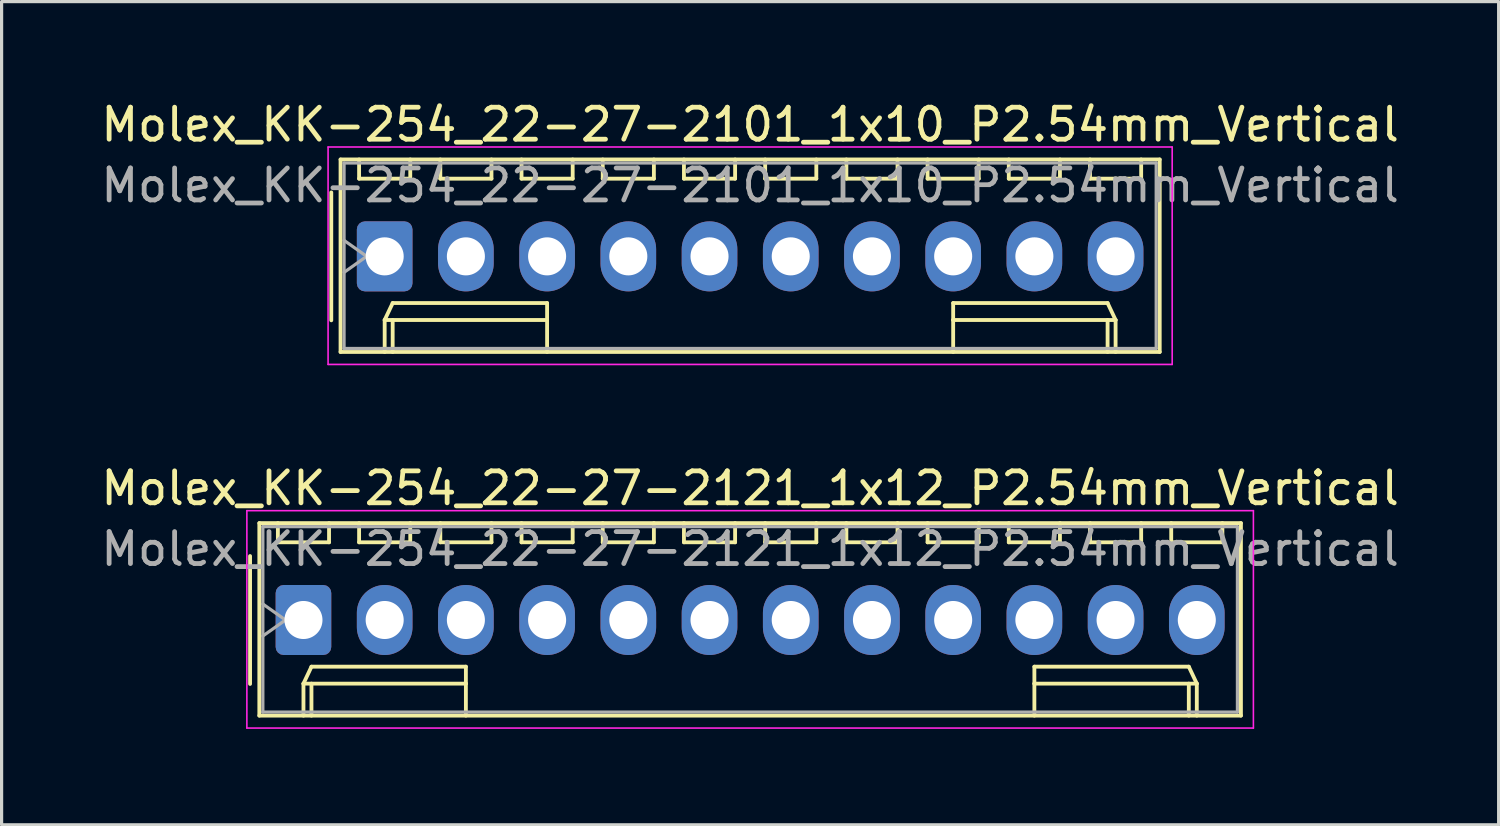
<source format=kicad_pcb>
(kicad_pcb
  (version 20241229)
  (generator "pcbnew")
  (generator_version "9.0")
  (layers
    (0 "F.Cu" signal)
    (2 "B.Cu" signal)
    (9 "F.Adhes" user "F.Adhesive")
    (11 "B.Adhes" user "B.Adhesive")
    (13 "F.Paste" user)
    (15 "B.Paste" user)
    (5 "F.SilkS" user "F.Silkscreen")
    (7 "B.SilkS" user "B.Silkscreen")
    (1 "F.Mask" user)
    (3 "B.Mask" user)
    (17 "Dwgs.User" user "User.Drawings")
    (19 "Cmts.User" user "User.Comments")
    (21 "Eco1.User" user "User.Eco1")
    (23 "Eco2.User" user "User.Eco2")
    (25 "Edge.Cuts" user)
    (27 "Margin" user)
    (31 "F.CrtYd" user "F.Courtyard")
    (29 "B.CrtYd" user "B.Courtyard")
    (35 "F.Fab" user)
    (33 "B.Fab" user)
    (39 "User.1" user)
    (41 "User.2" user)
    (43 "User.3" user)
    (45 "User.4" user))
  (footprint "Molex_KK-254_22-27-2101_1x10_P2.54mm_Vertical"
    (layer "F.Cu")
    (at 8.981 4.968)
    (property "Reference" "Molex_KK-254_22-27-2101_1x10_P2.54mm_Vertical" (at 11.43 -4.12 0) (layer "F.SilkS") (effects (font (size 1 1) (thickness 0.15))))
    (attr through_hole)
    (fp_line (start -1.67 -2) (end -1.67 2) (stroke (width 0.12) (type solid)) (layer "F.SilkS"))
    (fp_line (start -1.38 -3.03) (end -1.38 2.99) (stroke (width 0.12) (type solid)) (layer "F.SilkS"))
    (fp_line (start -1.38 2.99) (end 24.24 2.99) (stroke (width 0.12) (type solid)) (layer "F.SilkS"))
    (fp_line (start -0.8 -3.03) (end -0.8 -2.43) (stroke (width 0.12) (type solid)) (layer "F.SilkS"))
    (fp_line (start -0.8 -2.43) (end 0.8 -2.43) (stroke (width 0.12) (type solid)) (layer "F.SilkS"))
    (fp_line (start 0 1.99) (end 0.25 1.46) (stroke (width 0.12) (type solid)) (layer "F.SilkS"))
    (fp_line (start 0 1.99) (end 5.08 1.99) (stroke (width 0.12) (type solid)) (layer "F.SilkS"))
    (fp_line (start 0 2.99) (end 0 1.99) (stroke (width 0.12) (type solid)) (layer "F.SilkS"))
    (fp_line (start 0.25 1.46) (end 5.08 1.46) (stroke (width 0.12) (type solid)) (layer "F.SilkS"))
    (fp_line (start 0.25 2.99) (end 0.25 1.99) (stroke (width 0.12) (type solid)) (layer "F.SilkS"))
    (fp_line (start 0.8 -2.43) (end 0.8 -3.03) (stroke (width 0.12) (type solid)) (layer "F.SilkS"))
    (fp_line (start 1.74 -3.03) (end 1.74 -2.43) (stroke (width 0.12) (type solid)) (layer "F.SilkS"))
    (fp_line (start 1.74 -2.43) (end 3.34 -2.43) (stroke (width 0.12) (type solid)) (layer "F.SilkS"))
    (fp_line (start 3.34 -2.43) (end 3.34 -3.03) (stroke (width 0.12) (type solid)) (layer "F.SilkS"))
    (fp_line (start 4.28 -3.03) (end 4.28 -2.43) (stroke (width 0.12) (type solid)) (layer "F.SilkS"))
    (fp_line (start 4.28 -2.43) (end 5.88 -2.43) (stroke (width 0.12) (type solid)) (layer "F.SilkS"))
    (fp_line (start 5.08 1.46) (end 5.08 1.99) (stroke (width 0.12) (type solid)) (layer "F.SilkS"))
    (fp_line (start 5.08 1.99) (end 5.08 2.99) (stroke (width 0.12) (type solid)) (layer "F.SilkS"))
    (fp_line (start 5.88 -2.43) (end 5.88 -3.03) (stroke (width 0.12) (type solid)) (layer "F.SilkS"))
    (fp_line (start 6.82 -3.03) (end 6.82 -2.43) (stroke (width 0.12) (type solid)) (layer "F.SilkS"))
    (fp_line (start 6.82 -2.43) (end 8.42 -2.43) (stroke (width 0.12) (type solid)) (layer "F.SilkS"))
    (fp_line (start 8.42 -2.43) (end 8.42 -3.03) (stroke (width 0.12) (type solid)) (layer "F.SilkS"))
    (fp_line (start 9.36 -3.03) (end 9.36 -2.43) (stroke (width 0.12) (type solid)) (layer "F.SilkS"))
    (fp_line (start 9.36 -2.43) (end 10.96 -2.43) (stroke (width 0.12) (type solid)) (layer "F.SilkS"))
    (fp_line (start 10.96 -2.43) (end 10.96 -3.03) (stroke (width 0.12) (type solid)) (layer "F.SilkS"))
    (fp_line (start 11.9 -3.03) (end 11.9 -2.43) (stroke (width 0.12) (type solid)) (layer "F.SilkS"))
    (fp_line (start 11.9 -2.43) (end 13.5 -2.43) (stroke (width 0.12) (type solid)) (layer "F.SilkS"))
    (fp_line (start 13.5 -2.43) (end 13.5 -3.03) (stroke (width 0.12) (type solid)) (layer "F.SilkS"))
    (fp_line (start 14.44 -3.03) (end 14.44 -2.43) (stroke (width 0.12) (type solid)) (layer "F.SilkS"))
    (fp_line (start 14.44 -2.43) (end 16.04 -2.43) (stroke (width 0.12) (type solid)) (layer "F.SilkS"))
    (fp_line (start 16.04 -2.43) (end 16.04 -3.03) (stroke (width 0.12) (type solid)) (layer "F.SilkS"))
    (fp_line (start 16.98 -3.03) (end 16.98 -2.43) (stroke (width 0.12) (type solid)) (layer "F.SilkS"))
    (fp_line (start 16.98 -2.43) (end 18.58 -2.43) (stroke (width 0.12) (type solid)) (layer "F.SilkS"))
    (fp_line (start 17.78 1.46) (end 17.78 1.99) (stroke (width 0.12) (type solid)) (layer "F.SilkS"))
    (fp_line (start 17.78 1.99) (end 17.78 2.99) (stroke (width 0.12) (type solid)) (layer "F.SilkS"))
    (fp_line (start 18.58 -2.43) (end 18.58 -3.03) (stroke (width 0.12) (type solid)) (layer "F.SilkS"))
    (fp_line (start 19.52 -3.03) (end 19.52 -2.43) (stroke (width 0.12) (type solid)) (layer "F.SilkS"))
    (fp_line (start 19.52 -2.43) (end 21.12 -2.43) (stroke (width 0.12) (type solid)) (layer "F.SilkS"))
    (fp_line (start 21.12 -2.43) (end 21.12 -3.03) (stroke (width 0.12) (type solid)) (layer "F.SilkS"))
    (fp_line (start 22.06 -3.03) (end 22.06 -2.43) (stroke (width 0.12) (type solid)) (layer "F.SilkS"))
    (fp_line (start 22.06 -2.43) (end 23.66 -2.43) (stroke (width 0.12) (type solid)) (layer "F.SilkS"))
    (fp_line (start 22.61 1.46) (end 17.78 1.46) (stroke (width 0.12) (type solid)) (layer "F.SilkS"))
    (fp_line (start 22.61 2.99) (end 22.61 1.99) (stroke (width 0.12) (type solid)) (layer "F.SilkS"))
    (fp_line (start 22.86 1.99) (end 17.78 1.99) (stroke (width 0.12) (type solid)) (layer "F.SilkS"))
    (fp_line (start 22.86 1.99) (end 22.61 1.46) (stroke (width 0.12) (type solid)) (layer "F.SilkS"))
    (fp_line (start 22.86 2.99) (end 22.86 1.99) (stroke (width 0.12) (type solid)) (layer "F.SilkS"))
    (fp_line (start 23.66 -2.43) (end 23.66 -3.03) (stroke (width 0.12) (type solid)) (layer "F.SilkS"))
    (fp_line (start 24.24 -3.03) (end -1.38 -3.03) (stroke (width 0.12) (type solid)) (layer "F.SilkS"))
    (fp_line (start 24.24 2.99) (end 24.24 -3.03) (stroke (width 0.12) (type solid)) (layer "F.SilkS"))
    (fp_line (start -1.77 -3.42) (end -1.77 3.38) (stroke (width 0.05) (type solid)) (layer "F.CrtYd"))
    (fp_line (start -1.77 3.38) (end 24.63 3.38) (stroke (width 0.05) (type solid)) (layer "F.CrtYd"))
    (fp_line (start 24.63 -3.42) (end -1.77 -3.42) (stroke (width 0.05) (type solid)) (layer "F.CrtYd"))
    (fp_line (start 24.63 3.38) (end 24.63 -3.42) (stroke (width 0.05) (type solid)) (layer "F.CrtYd"))
    (fp_line (start -1.27 -2.92) (end -1.27 2.88) (stroke (width 0.1) (type solid)) (layer "F.Fab"))
    (fp_line (start -1.27 -0.5) (end -0.563 0) (stroke (width 0.1) (type solid)) (layer "F.Fab"))
    (fp_line (start -1.27 2.88) (end 24.13 2.88) (stroke (width 0.1) (type solid)) (layer "F.Fab"))
    (fp_line (start -0.563 0) (end -1.27 0.5) (stroke (width 0.1) (type solid)) (layer "F.Fab"))
    (fp_line (start 24.13 -2.92) (end -1.27 -2.92) (stroke (width 0.1) (type solid)) (layer "F.Fab"))
    (fp_line (start 24.13 2.88) (end 24.13 -2.92) (stroke (width 0.1) (type solid)) (layer "F.Fab"))
    (fp_text user "${REFERENCE}" (at 11.43 -2.22 0) (layer "F.Fab") (effects (font (size 1 1) (thickness 0.15))))
    (pad "1" thru_hole roundrect (at 0 0) (size 1.74 2.19) (drill 1.19) (layers "*.Cu" "*.Mask") (roundrect_rratio 0.144))
    (pad "2" thru_hole oval (at 2.54 0) (size 1.74 2.19) (drill 1.19) (layers "*.Cu" "*.Mask"))
    (pad "3" thru_hole oval (at 5.08 0) (size 1.74 2.19) (drill 1.19) (layers "*.Cu" "*.Mask"))
    (pad "4" thru_hole oval (at 7.62 0) (size 1.74 2.19) (drill 1.19) (layers "*.Cu" "*.Mask"))
    (pad "5" thru_hole oval (at 10.16 0) (size 1.74 2.19) (drill 1.19) (layers "*.Cu" "*.Mask"))
    (pad "6" thru_hole oval (at 12.7 0) (size 1.74 2.19) (drill 1.19) (layers "*.Cu" "*.Mask"))
    (pad "7" thru_hole oval (at 15.24 0) (size 1.74 2.19) (drill 1.19) (layers "*.Cu" "*.Mask"))
    (pad "8" thru_hole oval (at 17.78 0) (size 1.74 2.19) (drill 1.19) (layers "*.Cu" "*.Mask"))
    (pad "9" thru_hole oval (at 20.32 0) (size 1.74 2.19) (drill 1.19) (layers "*.Cu" "*.Mask"))
    (pad "10" thru_hole oval (at 22.86 0) (size 1.74 2.19) (drill 1.19) (layers "*.Cu" "*.Mask")))
  (footprint "Molex_KK-254_22-27-2121_1x12_P2.54mm_Vertical"
    (layer "F.Cu")
    (at 6.441 16.341)
    (property "Reference" "Molex_KK-254_22-27-2121_1x12_P2.54mm_Vertical" (at 13.97 -4.12 0) (layer "F.SilkS") (effects (font (size 1 1) (thickness 0.15))))
    (attr through_hole)
    (fp_line (start -1.67 -2) (end -1.67 2) (stroke (width 0.12) (type solid)) (layer "F.SilkS"))
    (fp_line (start -1.38 -3.03) (end -1.38 2.99) (stroke (width 0.12) (type solid)) (layer "F.SilkS"))
    (fp_line (start -1.38 2.99) (end 29.32 2.99) (stroke (width 0.12) (type solid)) (layer "F.SilkS"))
    (fp_line (start -0.8 -3.03) (end -0.8 -2.43) (stroke (width 0.12) (type solid)) (layer "F.SilkS"))
    (fp_line (start -0.8 -2.43) (end 0.8 -2.43) (stroke (width 0.12) (type solid)) (layer "F.SilkS"))
    (fp_line (start 0 1.99) (end 0.25 1.46) (stroke (width 0.12) (type solid)) (layer "F.SilkS"))
    (fp_line (start 0 1.99) (end 5.08 1.99) (stroke (width 0.12) (type solid)) (layer "F.SilkS"))
    (fp_line (start 0 2.99) (end 0 1.99) (stroke (width 0.12) (type solid)) (layer "F.SilkS"))
    (fp_line (start 0.25 1.46) (end 5.08 1.46) (stroke (width 0.12) (type solid)) (layer "F.SilkS"))
    (fp_line (start 0.25 2.99) (end 0.25 1.99) (stroke (width 0.12) (type solid)) (layer "F.SilkS"))
    (fp_line (start 0.8 -2.43) (end 0.8 -3.03) (stroke (width 0.12) (type solid)) (layer "F.SilkS"))
    (fp_line (start 1.74 -3.03) (end 1.74 -2.43) (stroke (width 0.12) (type solid)) (layer "F.SilkS"))
    (fp_line (start 1.74 -2.43) (end 3.34 -2.43) (stroke (width 0.12) (type solid)) (layer "F.SilkS"))
    (fp_line (start 3.34 -2.43) (end 3.34 -3.03) (stroke (width 0.12) (type solid)) (layer "F.SilkS"))
    (fp_line (start 4.28 -3.03) (end 4.28 -2.43) (stroke (width 0.12) (type solid)) (layer "F.SilkS"))
    (fp_line (start 4.28 -2.43) (end 5.88 -2.43) (stroke (width 0.12) (type solid)) (layer "F.SilkS"))
    (fp_line (start 5.08 1.46) (end 5.08 1.99) (stroke (width 0.12) (type solid)) (layer "F.SilkS"))
    (fp_line (start 5.08 1.99) (end 5.08 2.99) (stroke (width 0.12) (type solid)) (layer "F.SilkS"))
    (fp_line (start 5.88 -2.43) (end 5.88 -3.03) (stroke (width 0.12) (type solid)) (layer "F.SilkS"))
    (fp_line (start 6.82 -3.03) (end 6.82 -2.43) (stroke (width 0.12) (type solid)) (layer "F.SilkS"))
    (fp_line (start 6.82 -2.43) (end 8.42 -2.43) (stroke (width 0.12) (type solid)) (layer "F.SilkS"))
    (fp_line (start 8.42 -2.43) (end 8.42 -3.03) (stroke (width 0.12) (type solid)) (layer "F.SilkS"))
    (fp_line (start 9.36 -3.03) (end 9.36 -2.43) (stroke (width 0.12) (type solid)) (layer "F.SilkS"))
    (fp_line (start 9.36 -2.43) (end 10.96 -2.43) (stroke (width 0.12) (type solid)) (layer "F.SilkS"))
    (fp_line (start 10.96 -2.43) (end 10.96 -3.03) (stroke (width 0.12) (type solid)) (layer "F.SilkS"))
    (fp_line (start 11.9 -3.03) (end 11.9 -2.43) (stroke (width 0.12) (type solid)) (layer "F.SilkS"))
    (fp_line (start 11.9 -2.43) (end 13.5 -2.43) (stroke (width 0.12) (type solid)) (layer "F.SilkS"))
    (fp_line (start 13.5 -2.43) (end 13.5 -3.03) (stroke (width 0.12) (type solid)) (layer "F.SilkS"))
    (fp_line (start 14.44 -3.03) (end 14.44 -2.43) (stroke (width 0.12) (type solid)) (layer "F.SilkS"))
    (fp_line (start 14.44 -2.43) (end 16.04 -2.43) (stroke (width 0.12) (type solid)) (layer "F.SilkS"))
    (fp_line (start 16.04 -2.43) (end 16.04 -3.03) (stroke (width 0.12) (type solid)) (layer "F.SilkS"))
    (fp_line (start 16.98 -3.03) (end 16.98 -2.43) (stroke (width 0.12) (type solid)) (layer "F.SilkS"))
    (fp_line (start 16.98 -2.43) (end 18.58 -2.43) (stroke (width 0.12) (type solid)) (layer "F.SilkS"))
    (fp_line (start 18.58 -2.43) (end 18.58 -3.03) (stroke (width 0.12) (type solid)) (layer "F.SilkS"))
    (fp_line (start 19.52 -3.03) (end 19.52 -2.43) (stroke (width 0.12) (type solid)) (layer "F.SilkS"))
    (fp_line (start 19.52 -2.43) (end 21.12 -2.43) (stroke (width 0.12) (type solid)) (layer "F.SilkS"))
    (fp_line (start 21.12 -2.43) (end 21.12 -3.03) (stroke (width 0.12) (type solid)) (layer "F.SilkS"))
    (fp_line (start 22.06 -3.03) (end 22.06 -2.43) (stroke (width 0.12) (type solid)) (layer "F.SilkS"))
    (fp_line (start 22.06 -2.43) (end 23.66 -2.43) (stroke (width 0.12) (type solid)) (layer "F.SilkS"))
    (fp_line (start 22.86 1.46) (end 22.86 1.99) (stroke (width 0.12) (type solid)) (layer "F.SilkS"))
    (fp_line (start 22.86 1.99) (end 22.86 2.99) (stroke (width 0.12) (type solid)) (layer "F.SilkS"))
    (fp_line (start 23.66 -2.43) (end 23.66 -3.03) (stroke (width 0.12) (type solid)) (layer "F.SilkS"))
    (fp_line (start 24.6 -3.03) (end 24.6 -2.43) (stroke (width 0.12) (type solid)) (layer "F.SilkS"))
    (fp_line (start 24.6 -2.43) (end 26.2 -2.43) (stroke (width 0.12) (type solid)) (layer "F.SilkS"))
    (fp_line (start 26.2 -2.43) (end 26.2 -3.03) (stroke (width 0.12) (type solid)) (layer "F.SilkS"))
    (fp_line (start 27.14 -3.03) (end 27.14 -2.43) (stroke (width 0.12) (type solid)) (layer "F.SilkS"))
    (fp_line (start 27.14 -2.43) (end 28.74 -2.43) (stroke (width 0.12) (type solid)) (layer "F.SilkS"))
    (fp_line (start 27.69 1.46) (end 22.86 1.46) (stroke (width 0.12) (type solid)) (layer "F.SilkS"))
    (fp_line (start 27.69 2.99) (end 27.69 1.99) (stroke (width 0.12) (type solid)) (layer "F.SilkS"))
    (fp_line (start 27.94 1.99) (end 22.86 1.99) (stroke (width 0.12) (type solid)) (layer "F.SilkS"))
    (fp_line (start 27.94 1.99) (end 27.69 1.46) (stroke (width 0.12) (type solid)) (layer "F.SilkS"))
    (fp_line (start 27.94 2.99) (end 27.94 1.99) (stroke (width 0.12) (type solid)) (layer "F.SilkS"))
    (fp_line (start 28.74 -2.43) (end 28.74 -3.03) (stroke (width 0.12) (type solid)) (layer "F.SilkS"))
    (fp_line (start 29.32 -3.03) (end -1.38 -3.03) (stroke (width 0.12) (type solid)) (layer "F.SilkS"))
    (fp_line (start 29.32 2.99) (end 29.32 -3.03) (stroke (width 0.12) (type solid)) (layer "F.SilkS"))
    (fp_line (start -1.77 -3.42) (end -1.77 3.38) (stroke (width 0.05) (type solid)) (layer "F.CrtYd"))
    (fp_line (start -1.77 3.38) (end 29.71 3.38) (stroke (width 0.05) (type solid)) (layer "F.CrtYd"))
    (fp_line (start 29.71 -3.42) (end -1.77 -3.42) (stroke (width 0.05) (type solid)) (layer "F.CrtYd"))
    (fp_line (start 29.71 3.38) (end 29.71 -3.42) (stroke (width 0.05) (type solid)) (layer "F.CrtYd"))
    (fp_line (start -1.27 -2.92) (end -1.27 2.88) (stroke (width 0.1) (type solid)) (layer "F.Fab"))
    (fp_line (start -1.27 -0.5) (end -0.563 0) (stroke (width 0.1) (type solid)) (layer "F.Fab"))
    (fp_line (start -1.27 2.88) (end 29.21 2.88) (stroke (width 0.1) (type solid)) (layer "F.Fab"))
    (fp_line (start -0.563 0) (end -1.27 0.5) (stroke (width 0.1) (type solid)) (layer "F.Fab"))
    (fp_line (start 29.21 -2.92) (end -1.27 -2.92) (stroke (width 0.1) (type solid)) (layer "F.Fab"))
    (fp_line (start 29.21 2.88) (end 29.21 -2.92) (stroke (width 0.1) (type solid)) (layer "F.Fab"))
    (fp_text user "${REFERENCE}" (at 13.97 -2.22 0) (layer "F.Fab") (effects (font (size 1 1) (thickness 0.15))))
    (pad "1" thru_hole roundrect (at 0 0) (size 1.74 2.19) (drill 1.19) (layers "*.Cu" "*.Mask") (roundrect_rratio 0.144))
    (pad "2" thru_hole oval (at 2.54 0) (size 1.74 2.19) (drill 1.19) (layers "*.Cu" "*.Mask"))
    (pad "3" thru_hole oval (at 5.08 0) (size 1.74 2.19) (drill 1.19) (layers "*.Cu" "*.Mask"))
    (pad "4" thru_hole oval (at 7.62 0) (size 1.74 2.19) (drill 1.19) (layers "*.Cu" "*.Mask"))
    (pad "5" thru_hole oval (at 10.16 0) (size 1.74 2.19) (drill 1.19) (layers "*.Cu" "*.Mask"))
    (pad "6" thru_hole oval (at 12.7 0) (size 1.74 2.19) (drill 1.19) (layers "*.Cu" "*.Mask"))
    (pad "7" thru_hole oval (at 15.24 0) (size 1.74 2.19) (drill 1.19) (layers "*.Cu" "*.Mask"))
    (pad "8" thru_hole oval (at 17.78 0) (size 1.74 2.19) (drill 1.19) (layers "*.Cu" "*.Mask"))
    (pad "9" thru_hole oval (at 20.32 0) (size 1.74 2.19) (drill 1.19) (layers "*.Cu" "*.Mask"))
    (pad "10" thru_hole oval (at 22.86 0) (size 1.74 2.19) (drill 1.19) (layers "*.Cu" "*.Mask"))
    (pad "11" thru_hole oval (at 25.4 0) (size 1.74 2.19) (drill 1.19) (layers "*.Cu" "*.Mask"))
    (pad "12" thru_hole oval (at 27.94 0) (size 1.74 2.19) (drill 1.19) (layers "*.Cu" "*.Mask")))
  (gr_rect
    (start -3 -3)
    (end 43.821 22.747)
    (stroke (width 0.1) (type default))
    (fill no)
    (layer "Edge.Cuts")))
</source>
